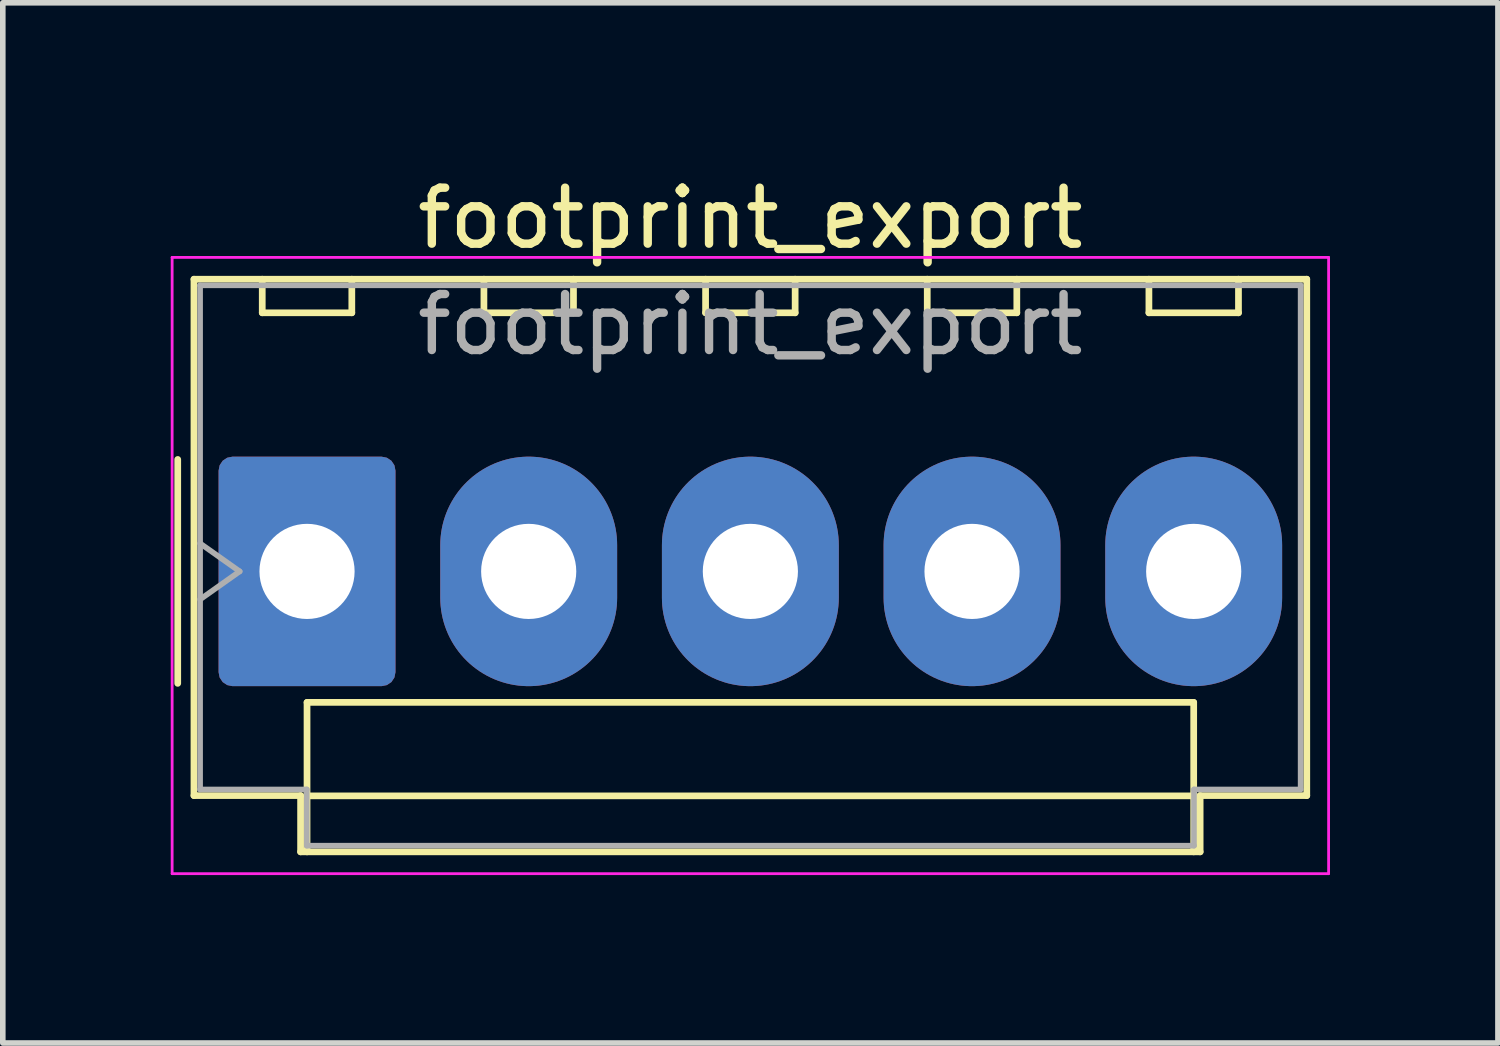
<source format=kicad_pcb>
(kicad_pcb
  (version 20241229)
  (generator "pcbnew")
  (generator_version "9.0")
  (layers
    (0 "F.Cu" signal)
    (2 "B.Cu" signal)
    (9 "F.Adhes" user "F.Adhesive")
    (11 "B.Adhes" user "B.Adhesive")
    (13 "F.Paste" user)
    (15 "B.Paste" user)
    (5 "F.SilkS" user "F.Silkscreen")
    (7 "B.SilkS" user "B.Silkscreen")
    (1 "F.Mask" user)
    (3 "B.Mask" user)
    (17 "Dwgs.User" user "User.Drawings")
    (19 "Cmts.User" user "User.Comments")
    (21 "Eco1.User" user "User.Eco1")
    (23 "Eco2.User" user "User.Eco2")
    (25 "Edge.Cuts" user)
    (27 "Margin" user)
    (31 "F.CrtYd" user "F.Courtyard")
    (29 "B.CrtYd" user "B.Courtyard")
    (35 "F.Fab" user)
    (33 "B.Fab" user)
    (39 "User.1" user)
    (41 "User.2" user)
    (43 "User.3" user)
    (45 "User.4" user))
  (footprint "footprint_export"
    (layer "F.Cu")
    (at 2.435 7.158)
    (property "Reference" "footprint_export" (at 7.92 -6.31 0) (layer "F.SilkS") (effects (font (size 1 1) (thickness 0.15))))
    (attr through_hole)
    (fp_line (start -2.31 -2) (end -2.31 2) (stroke (width 0.12) (type solid)) (layer "F.SilkS"))
    (fp_line (start -2.02 -5.22) (end 17.86 -5.22) (stroke (width 0.12) (type solid)) (layer "F.SilkS"))
    (fp_line (start -2.02 4.005) (end -2.02 -5.22) (stroke (width 0.12) (type solid)) (layer "F.SilkS"))
    (fp_line (start -0.8 -5.22) (end -0.8 -4.62) (stroke (width 0.12) (type solid)) (layer "F.SilkS"))
    (fp_line (start -0.8 -4.62) (end 0.8 -4.62) (stroke (width 0.12) (type solid)) (layer "F.SilkS"))
    (fp_line (start -0.115 4.005) (end -2.02 4.005) (stroke (width 0.12) (type solid)) (layer "F.SilkS"))
    (fp_line (start -0.115 5.01) (end -0.115 4.005) (stroke (width 0.12) (type solid)) (layer "F.SilkS"))
    (fp_line (start 0 2.34) (end 15.84 2.34) (stroke (width 0.12) (type solid)) (layer "F.SilkS"))
    (fp_line (start 0 4.01) (end 0 2.34) (stroke (width 0.12) (type solid)) (layer "F.SilkS"))
    (fp_line (start 0 4.01) (end 15.84 4.01) (stroke (width 0.12) (type solid)) (layer "F.SilkS"))
    (fp_line (start 0 5.01) (end 0 4.01) (stroke (width 0.12) (type solid)) (layer "F.SilkS"))
    (fp_line (start 0.8 -4.62) (end 0.8 -5.22) (stroke (width 0.12) (type solid)) (layer "F.SilkS"))
    (fp_line (start 3.16 -5.22) (end 3.16 -4.62) (stroke (width 0.12) (type solid)) (layer "F.SilkS"))
    (fp_line (start 3.16 -4.62) (end 4.76 -4.62) (stroke (width 0.12) (type solid)) (layer "F.SilkS"))
    (fp_line (start 4.76 -4.62) (end 4.76 -5.22) (stroke (width 0.12) (type solid)) (layer "F.SilkS"))
    (fp_line (start 7.12 -5.22) (end 7.12 -4.62) (stroke (width 0.12) (type solid)) (layer "F.SilkS"))
    (fp_line (start 7.12 -4.62) (end 8.72 -4.62) (stroke (width 0.12) (type solid)) (layer "F.SilkS"))
    (fp_line (start 8.72 -4.62) (end 8.72 -5.22) (stroke (width 0.12) (type solid)) (layer "F.SilkS"))
    (fp_line (start 11.08 -5.22) (end 11.08 -4.62) (stroke (width 0.12) (type solid)) (layer "F.SilkS"))
    (fp_line (start 11.08 -4.62) (end 12.68 -4.62) (stroke (width 0.12) (type solid)) (layer "F.SilkS"))
    (fp_line (start 12.68 -4.62) (end 12.68 -5.22) (stroke (width 0.12) (type solid)) (layer "F.SilkS"))
    (fp_line (start 15.04 -5.22) (end 15.04 -4.62) (stroke (width 0.12) (type solid)) (layer "F.SilkS"))
    (fp_line (start 15.04 -4.62) (end 16.64 -4.62) (stroke (width 0.12) (type solid)) (layer "F.SilkS"))
    (fp_line (start 15.84 2.34) (end 15.84 4.01) (stroke (width 0.12) (type solid)) (layer "F.SilkS"))
    (fp_line (start 15.84 4.01) (end 15.84 5.01) (stroke (width 0.12) (type solid)) (layer "F.SilkS"))
    (fp_line (start 15.955 4.005) (end 15.955 5.01) (stroke (width 0.12) (type solid)) (layer "F.SilkS"))
    (fp_line (start 15.955 5.01) (end -0.115 5.01) (stroke (width 0.12) (type solid)) (layer "F.SilkS"))
    (fp_line (start 16.64 -4.62) (end 16.64 -5.22) (stroke (width 0.12) (type solid)) (layer "F.SilkS"))
    (fp_line (start 17.86 -5.22) (end 17.86 4.005) (stroke (width 0.12) (type solid)) (layer "F.SilkS"))
    (fp_line (start 17.86 4.005) (end 15.955 4.005) (stroke (width 0.12) (type solid)) (layer "F.SilkS"))
    (fp_line (start -2.41 -5.61) (end -2.41 5.4) (stroke (width 0.05) (type solid)) (layer "F.CrtYd"))
    (fp_line (start -2.41 5.4) (end 18.25 5.4) (stroke (width 0.05) (type solid)) (layer "F.CrtYd"))
    (fp_line (start 18.25 -5.61) (end -2.41 -5.61) (stroke (width 0.05) (type solid)) (layer "F.CrtYd"))
    (fp_line (start 18.25 5.4) (end 18.25 -5.61) (stroke (width 0.05) (type solid)) (layer "F.CrtYd"))
    (fp_line (start -1.91 -5.11) (end 17.75 -5.11) (stroke (width 0.1) (type solid)) (layer "F.Fab"))
    (fp_line (start -1.91 -0.5) (end -1.203 0) (stroke (width 0.1) (type solid)) (layer "F.Fab"))
    (fp_line (start -1.91 3.895) (end -1.91 -5.11) (stroke (width 0.1) (type solid)) (layer "F.Fab"))
    (fp_line (start -1.203 0) (end -1.91 0.5) (stroke (width 0.1) (type solid)) (layer "F.Fab"))
    (fp_line (start -0.005 3.895) (end -1.91 3.895) (stroke (width 0.1) (type solid)) (layer "F.Fab"))
    (fp_line (start -0.005 4.9) (end -0.005 3.895) (stroke (width 0.1) (type solid)) (layer "F.Fab"))
    (fp_line (start 15.845 3.895) (end 15.845 4.9) (stroke (width 0.1) (type solid)) (layer "F.Fab"))
    (fp_line (start 15.845 4.9) (end -0.005 4.9) (stroke (width 0.1) (type solid)) (layer "F.Fab"))
    (fp_line (start 17.75 -5.11) (end 17.75 3.895) (stroke (width 0.1) (type solid)) (layer "F.Fab"))
    (fp_line (start 17.75 3.895) (end 15.845 3.895) (stroke (width 0.1) (type solid)) (layer "F.Fab"))
    (fp_text user "${REFERENCE}" (at 7.92 -4.41 0) (layer "F.Fab") (effects (font (size 1 1) (thickness 0.15))))
    (pad "1" thru_hole roundrect (at 0 0) (size 3.16 4.1) (drill 1.7) (layers "*.Cu" "*.Mask") (roundrect_rratio 0.079))
    (pad "2" thru_hole oval (at 3.96 0) (size 3.16 4.1) (drill 1.7) (layers "*.Cu" "*.Mask"))
    (pad "3" thru_hole oval (at 7.92 0) (size 3.16 4.1) (drill 1.7) (layers "*.Cu" "*.Mask"))
    (pad "4" thru_hole oval (at 11.88 0) (size 3.16 4.1) (drill 1.7) (layers "*.Cu" "*.Mask"))
    (pad "5" thru_hole oval (at 15.84 0) (size 3.16 4.1) (drill 1.7) (layers "*.Cu" "*.Mask")))
  (gr_rect
    (start -3 -3)
    (end 23.71 15.583)
    (stroke (width 0.1) (type default))
    (fill no)
    (layer "Edge.Cuts")))
</source>
